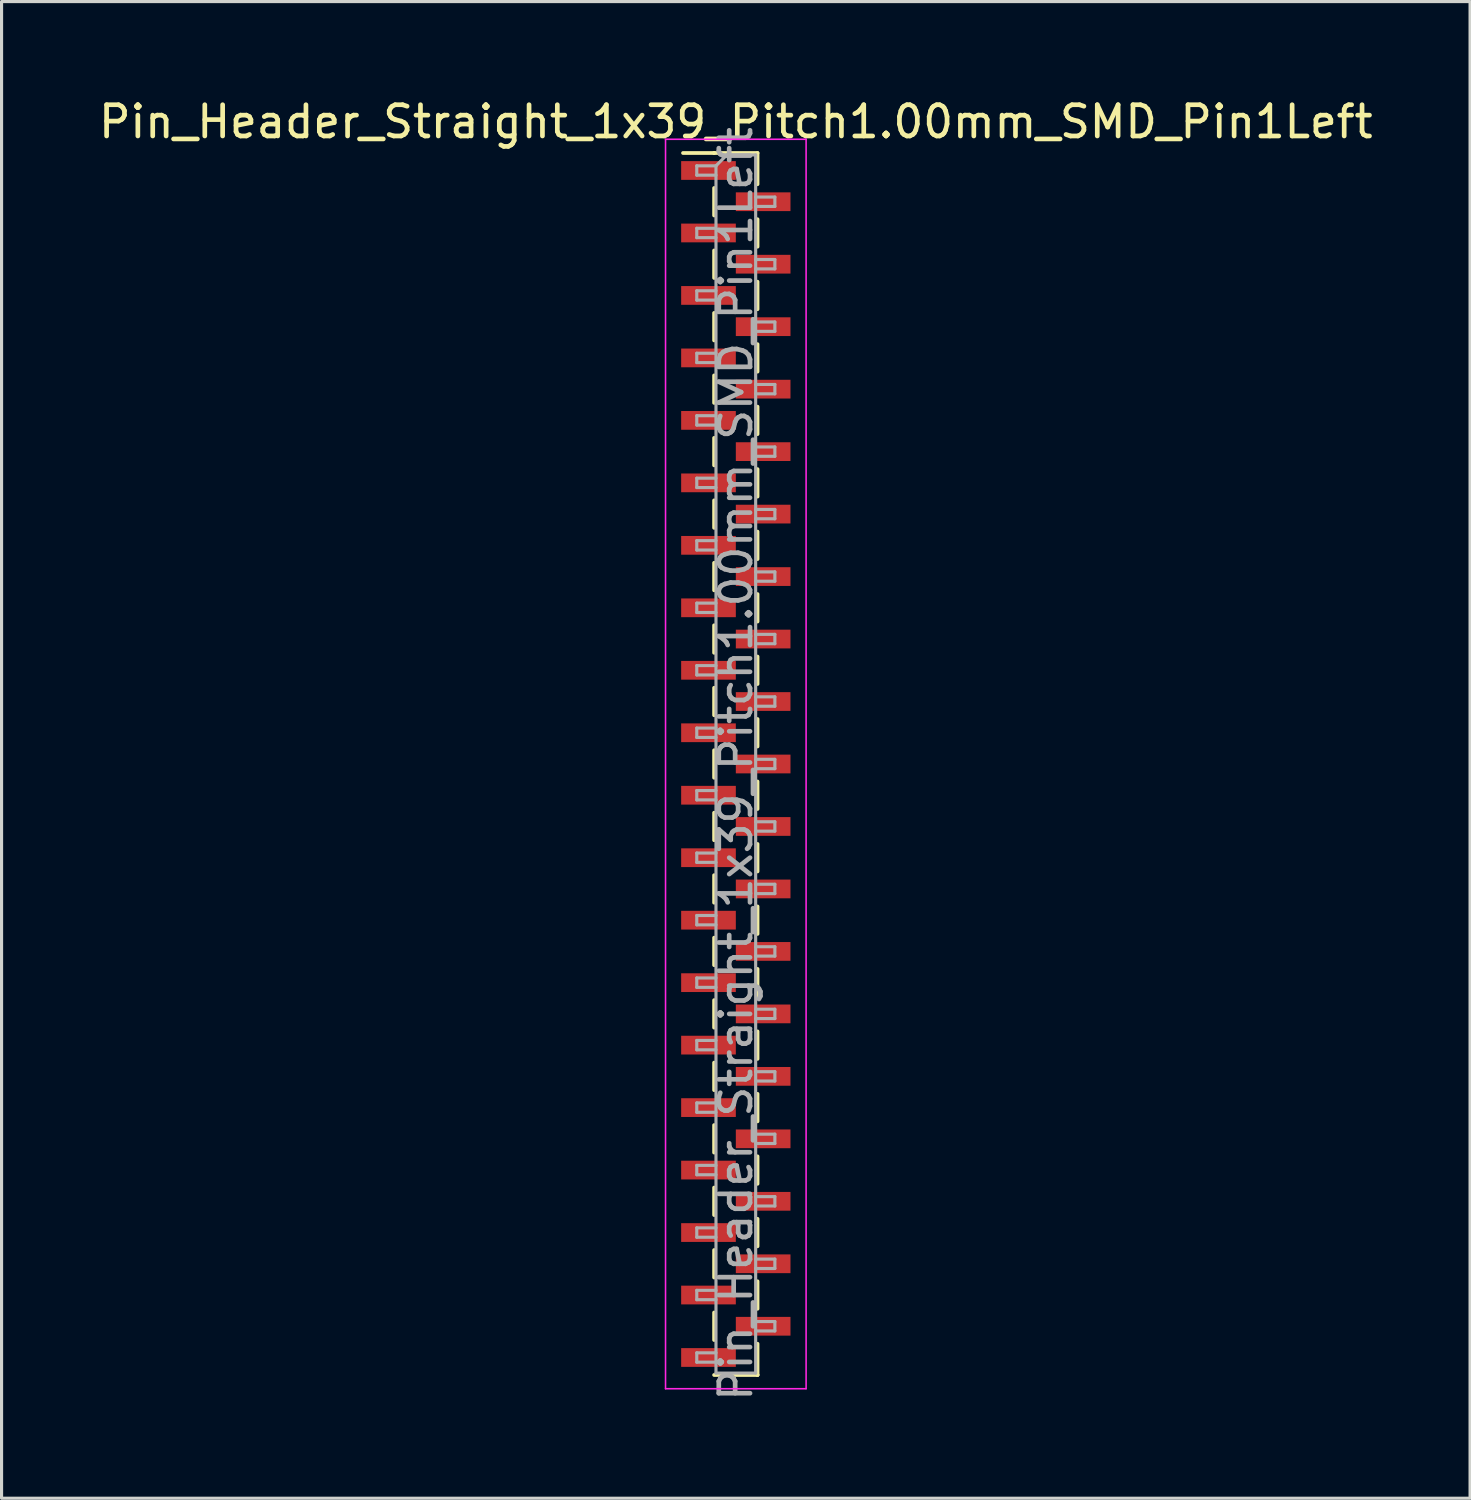
<source format=kicad_pcb>
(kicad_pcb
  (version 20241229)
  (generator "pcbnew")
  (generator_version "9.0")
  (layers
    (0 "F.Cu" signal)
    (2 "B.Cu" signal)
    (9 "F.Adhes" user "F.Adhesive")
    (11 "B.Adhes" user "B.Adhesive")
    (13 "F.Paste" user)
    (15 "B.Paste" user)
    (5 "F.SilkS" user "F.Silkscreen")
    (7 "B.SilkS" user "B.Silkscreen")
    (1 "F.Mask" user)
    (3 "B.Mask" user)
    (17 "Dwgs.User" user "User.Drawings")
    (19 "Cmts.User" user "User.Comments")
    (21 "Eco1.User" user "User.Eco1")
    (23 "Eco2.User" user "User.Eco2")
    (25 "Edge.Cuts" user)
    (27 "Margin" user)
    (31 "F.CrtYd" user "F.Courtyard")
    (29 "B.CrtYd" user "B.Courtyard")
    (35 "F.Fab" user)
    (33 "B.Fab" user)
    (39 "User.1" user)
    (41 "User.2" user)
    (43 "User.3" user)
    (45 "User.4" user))
  (footprint "Pin_Header_Straight_1x39_Pitch1.00mm_SMD_Pin1Left"
    (layer "F.Cu")
    (at 20.506 21.408)
    (property "Reference" "Pin_Header_Straight_1x39_Pitch1.00mm_SMD_Pin1Left" (at 0 -20.56 0) (layer "F.SilkS") (effects (font (size 1 1) (thickness 0.15))))
    (attr smd)
    (fp_line (start -0.695 -19.56) (end -1.69 -19.56) (stroke (width 0.12) (type solid)) (layer "F.SilkS"))
    (fp_line (start -0.695 -19.56) (end -0.695 -19.56) (stroke (width 0.12) (type solid)) (layer "F.SilkS"))
    (fp_line (start -0.695 -19.56) (end 0.695 -19.56) (stroke (width 0.12) (type solid)) (layer "F.SilkS"))
    (fp_line (start -0.695 -18.44) (end -0.695 -17.56) (stroke (width 0.12) (type solid)) (layer "F.SilkS"))
    (fp_line (start -0.695 -16.44) (end -0.695 -15.56) (stroke (width 0.12) (type solid)) (layer "F.SilkS"))
    (fp_line (start -0.695 -14.44) (end -0.695 -13.56) (stroke (width 0.12) (type solid)) (layer "F.SilkS"))
    (fp_line (start -0.695 -12.44) (end -0.695 -11.56) (stroke (width 0.12) (type solid)) (layer "F.SilkS"))
    (fp_line (start -0.695 -10.44) (end -0.695 -9.56) (stroke (width 0.12) (type solid)) (layer "F.SilkS"))
    (fp_line (start -0.695 -8.44) (end -0.695 -7.56) (stroke (width 0.12) (type solid)) (layer "F.SilkS"))
    (fp_line (start -0.695 -6.44) (end -0.695 -5.56) (stroke (width 0.12) (type solid)) (layer "F.SilkS"))
    (fp_line (start -0.695 -4.44) (end -0.695 -3.56) (stroke (width 0.12) (type solid)) (layer "F.SilkS"))
    (fp_line (start -0.695 -2.44) (end -0.695 -1.56) (stroke (width 0.12) (type solid)) (layer "F.SilkS"))
    (fp_line (start -0.695 -0.44) (end -0.695 0.44) (stroke (width 0.12) (type solid)) (layer "F.SilkS"))
    (fp_line (start -0.695 1.56) (end -0.695 2.44) (stroke (width 0.12) (type solid)) (layer "F.SilkS"))
    (fp_line (start -0.695 3.56) (end -0.695 4.44) (stroke (width 0.12) (type solid)) (layer "F.SilkS"))
    (fp_line (start -0.695 5.56) (end -0.695 6.44) (stroke (width 0.12) (type solid)) (layer "F.SilkS"))
    (fp_line (start -0.695 7.56) (end -0.695 8.44) (stroke (width 0.12) (type solid)) (layer "F.SilkS"))
    (fp_line (start -0.695 9.56) (end -0.695 10.44) (stroke (width 0.12) (type solid)) (layer "F.SilkS"))
    (fp_line (start -0.695 11.56) (end -0.695 12.44) (stroke (width 0.12) (type solid)) (layer "F.SilkS"))
    (fp_line (start -0.695 13.56) (end -0.695 14.44) (stroke (width 0.12) (type solid)) (layer "F.SilkS"))
    (fp_line (start -0.695 15.56) (end -0.695 16.44) (stroke (width 0.12) (type solid)) (layer "F.SilkS"))
    (fp_line (start -0.695 17.56) (end -0.695 18.44) (stroke (width 0.12) (type solid)) (layer "F.SilkS"))
    (fp_line (start -0.695 19.56) (end 0.695 19.56) (stroke (width 0.12) (type solid)) (layer "F.SilkS"))
    (fp_line (start 0.695 -19.56) (end 0.695 -18.56) (stroke (width 0.12) (type solid)) (layer "F.SilkS"))
    (fp_line (start 0.695 -17.44) (end 0.695 -16.56) (stroke (width 0.12) (type solid)) (layer "F.SilkS"))
    (fp_line (start 0.695 -15.44) (end 0.695 -14.56) (stroke (width 0.12) (type solid)) (layer "F.SilkS"))
    (fp_line (start 0.695 -13.44) (end 0.695 -12.56) (stroke (width 0.12) (type solid)) (layer "F.SilkS"))
    (fp_line (start 0.695 -11.44) (end 0.695 -10.56) (stroke (width 0.12) (type solid)) (layer "F.SilkS"))
    (fp_line (start 0.695 -9.44) (end 0.695 -8.56) (stroke (width 0.12) (type solid)) (layer "F.SilkS"))
    (fp_line (start 0.695 -7.44) (end 0.695 -6.56) (stroke (width 0.12) (type solid)) (layer "F.SilkS"))
    (fp_line (start 0.695 -5.44) (end 0.695 -4.56) (stroke (width 0.12) (type solid)) (layer "F.SilkS"))
    (fp_line (start 0.695 -3.44) (end 0.695 -2.56) (stroke (width 0.12) (type solid)) (layer "F.SilkS"))
    (fp_line (start 0.695 -1.44) (end 0.695 -0.56) (stroke (width 0.12) (type solid)) (layer "F.SilkS"))
    (fp_line (start 0.695 0.56) (end 0.695 1.44) (stroke (width 0.12) (type solid)) (layer "F.SilkS"))
    (fp_line (start 0.695 2.56) (end 0.695 3.44) (stroke (width 0.12) (type solid)) (layer "F.SilkS"))
    (fp_line (start 0.695 4.56) (end 0.695 5.44) (stroke (width 0.12) (type solid)) (layer "F.SilkS"))
    (fp_line (start 0.695 6.56) (end 0.695 7.44) (stroke (width 0.12) (type solid)) (layer "F.SilkS"))
    (fp_line (start 0.695 8.56) (end 0.695 9.44) (stroke (width 0.12) (type solid)) (layer "F.SilkS"))
    (fp_line (start 0.695 10.56) (end 0.695 11.44) (stroke (width 0.12) (type solid)) (layer "F.SilkS"))
    (fp_line (start 0.695 12.56) (end 0.695 13.44) (stroke (width 0.12) (type solid)) (layer "F.SilkS"))
    (fp_line (start 0.695 14.56) (end 0.695 15.44) (stroke (width 0.12) (type solid)) (layer "F.SilkS"))
    (fp_line (start 0.695 16.56) (end 0.695 17.44) (stroke (width 0.12) (type solid)) (layer "F.SilkS"))
    (fp_line (start 0.695 18.56) (end 0.695 19.56) (stroke (width 0.12) (type solid)) (layer "F.SilkS"))
    (fp_line (start 0.695 19.56) (end 0.695 19.56) (stroke (width 0.12) (type solid)) (layer "F.SilkS"))
    (fp_line (start -2.25 -20) (end -2.25 20) (stroke (width 0.05) (type solid)) (layer "F.CrtYd"))
    (fp_line (start -2.25 20) (end 2.25 20) (stroke (width 0.05) (type solid)) (layer "F.CrtYd"))
    (fp_line (start 2.25 -20) (end -2.25 -20) (stroke (width 0.05) (type solid)) (layer "F.CrtYd"))
    (fp_line (start 2.25 20) (end 2.25 -20) (stroke (width 0.05) (type solid)) (layer "F.CrtYd"))
    (fp_line (start -1.25 -19.15) (end -1.25 -18.85) (stroke (width 0.1) (type solid)) (layer "F.Fab"))
    (fp_line (start -1.25 -18.85) (end -0.635 -18.85) (stroke (width 0.1) (type solid)) (layer "F.Fab"))
    (fp_line (start -1.25 -17.15) (end -1.25 -16.85) (stroke (width 0.1) (type solid)) (layer "F.Fab"))
    (fp_line (start -1.25 -16.85) (end -0.635 -16.85) (stroke (width 0.1) (type solid)) (layer "F.Fab"))
    (fp_line (start -1.25 -15.15) (end -1.25 -14.85) (stroke (width 0.1) (type solid)) (layer "F.Fab"))
    (fp_line (start -1.25 -14.85) (end -0.635 -14.85) (stroke (width 0.1) (type solid)) (layer "F.Fab"))
    (fp_line (start -1.25 -13.15) (end -1.25 -12.85) (stroke (width 0.1) (type solid)) (layer "F.Fab"))
    (fp_line (start -1.25 -12.85) (end -0.635 -12.85) (stroke (width 0.1) (type solid)) (layer "F.Fab"))
    (fp_line (start -1.25 -11.15) (end -1.25 -10.85) (stroke (width 0.1) (type solid)) (layer "F.Fab"))
    (fp_line (start -1.25 -10.85) (end -0.635 -10.85) (stroke (width 0.1) (type solid)) (layer "F.Fab"))
    (fp_line (start -1.25 -9.15) (end -1.25 -8.85) (stroke (width 0.1) (type solid)) (layer "F.Fab"))
    (fp_line (start -1.25 -8.85) (end -0.635 -8.85) (stroke (width 0.1) (type solid)) (layer "F.Fab"))
    (fp_line (start -1.25 -7.15) (end -1.25 -6.85) (stroke (width 0.1) (type solid)) (layer "F.Fab"))
    (fp_line (start -1.25 -6.85) (end -0.635 -6.85) (stroke (width 0.1) (type solid)) (layer "F.Fab"))
    (fp_line (start -1.25 -5.15) (end -1.25 -4.85) (stroke (width 0.1) (type solid)) (layer "F.Fab"))
    (fp_line (start -1.25 -4.85) (end -0.635 -4.85) (stroke (width 0.1) (type solid)) (layer "F.Fab"))
    (fp_line (start -1.25 -3.15) (end -1.25 -2.85) (stroke (width 0.1) (type solid)) (layer "F.Fab"))
    (fp_line (start -1.25 -2.85) (end -0.635 -2.85) (stroke (width 0.1) (type solid)) (layer "F.Fab"))
    (fp_line (start -1.25 -1.15) (end -1.25 -0.85) (stroke (width 0.1) (type solid)) (layer "F.Fab"))
    (fp_line (start -1.25 -0.85) (end -0.635 -0.85) (stroke (width 0.1) (type solid)) (layer "F.Fab"))
    (fp_line (start -1.25 0.85) (end -1.25 1.15) (stroke (width 0.1) (type solid)) (layer "F.Fab"))
    (fp_line (start -1.25 1.15) (end -0.635 1.15) (stroke (width 0.1) (type solid)) (layer "F.Fab"))
    (fp_line (start -1.25 2.85) (end -1.25 3.15) (stroke (width 0.1) (type solid)) (layer "F.Fab"))
    (fp_line (start -1.25 3.15) (end -0.635 3.15) (stroke (width 0.1) (type solid)) (layer "F.Fab"))
    (fp_line (start -1.25 4.85) (end -1.25 5.15) (stroke (width 0.1) (type solid)) (layer "F.Fab"))
    (fp_line (start -1.25 5.15) (end -0.635 5.15) (stroke (width 0.1) (type solid)) (layer "F.Fab"))
    (fp_line (start -1.25 6.85) (end -1.25 7.15) (stroke (width 0.1) (type solid)) (layer "F.Fab"))
    (fp_line (start -1.25 7.15) (end -0.635 7.15) (stroke (width 0.1) (type solid)) (layer "F.Fab"))
    (fp_line (start -1.25 8.85) (end -1.25 9.15) (stroke (width 0.1) (type solid)) (layer "F.Fab"))
    (fp_line (start -1.25 9.15) (end -0.635 9.15) (stroke (width 0.1) (type solid)) (layer "F.Fab"))
    (fp_line (start -1.25 10.85) (end -1.25 11.15) (stroke (width 0.1) (type solid)) (layer "F.Fab"))
    (fp_line (start -1.25 11.15) (end -0.635 11.15) (stroke (width 0.1) (type solid)) (layer "F.Fab"))
    (fp_line (start -1.25 12.85) (end -1.25 13.15) (stroke (width 0.1) (type solid)) (layer "F.Fab"))
    (fp_line (start -1.25 13.15) (end -0.635 13.15) (stroke (width 0.1) (type solid)) (layer "F.Fab"))
    (fp_line (start -1.25 14.85) (end -1.25 15.15) (stroke (width 0.1) (type solid)) (layer "F.Fab"))
    (fp_line (start -1.25 15.15) (end -0.635 15.15) (stroke (width 0.1) (type solid)) (layer "F.Fab"))
    (fp_line (start -1.25 16.85) (end -1.25 17.15) (stroke (width 0.1) (type solid)) (layer "F.Fab"))
    (fp_line (start -1.25 17.15) (end -0.635 17.15) (stroke (width 0.1) (type solid)) (layer "F.Fab"))
    (fp_line (start -1.25 18.85) (end -1.25 19.15) (stroke (width 0.1) (type solid)) (layer "F.Fab"))
    (fp_line (start -1.25 19.15) (end -0.635 19.15) (stroke (width 0.1) (type solid)) (layer "F.Fab"))
    (fp_line (start -0.635 -19.15) (end -1.25 -19.15) (stroke (width 0.1) (type solid)) (layer "F.Fab"))
    (fp_line (start -0.635 -19.15) (end -0.285 -19.5) (stroke (width 0.1) (type solid)) (layer "F.Fab"))
    (fp_line (start -0.635 -17.15) (end -1.25 -17.15) (stroke (width 0.1) (type solid)) (layer "F.Fab"))
    (fp_line (start -0.635 -15.15) (end -1.25 -15.15) (stroke (width 0.1) (type solid)) (layer "F.Fab"))
    (fp_line (start -0.635 -13.15) (end -1.25 -13.15) (stroke (width 0.1) (type solid)) (layer "F.Fab"))
    (fp_line (start -0.635 -11.15) (end -1.25 -11.15) (stroke (width 0.1) (type solid)) (layer "F.Fab"))
    (fp_line (start -0.635 -9.15) (end -1.25 -9.15) (stroke (width 0.1) (type solid)) (layer "F.Fab"))
    (fp_line (start -0.635 -7.15) (end -1.25 -7.15) (stroke (width 0.1) (type solid)) (layer "F.Fab"))
    (fp_line (start -0.635 -5.15) (end -1.25 -5.15) (stroke (width 0.1) (type solid)) (layer "F.Fab"))
    (fp_line (start -0.635 -3.15) (end -1.25 -3.15) (stroke (width 0.1) (type solid)) (layer "F.Fab"))
    (fp_line (start -0.635 -1.15) (end -1.25 -1.15) (stroke (width 0.1) (type solid)) (layer "F.Fab"))
    (fp_line (start -0.635 0.85) (end -1.25 0.85) (stroke (width 0.1) (type solid)) (layer "F.Fab"))
    (fp_line (start -0.635 2.85) (end -1.25 2.85) (stroke (width 0.1) (type solid)) (layer "F.Fab"))
    (fp_line (start -0.635 4.85) (end -1.25 4.85) (stroke (width 0.1) (type solid)) (layer "F.Fab"))
    (fp_line (start -0.635 6.85) (end -1.25 6.85) (stroke (width 0.1) (type solid)) (layer "F.Fab"))
    (fp_line (start -0.635 8.85) (end -1.25 8.85) (stroke (width 0.1) (type solid)) (layer "F.Fab"))
    (fp_line (start -0.635 10.85) (end -1.25 10.85) (stroke (width 0.1) (type solid)) (layer "F.Fab"))
    (fp_line (start -0.635 12.85) (end -1.25 12.85) (stroke (width 0.1) (type solid)) (layer "F.Fab"))
    (fp_line (start -0.635 14.85) (end -1.25 14.85) (stroke (width 0.1) (type solid)) (layer "F.Fab"))
    (fp_line (start -0.635 16.85) (end -1.25 16.85) (stroke (width 0.1) (type solid)) (layer "F.Fab"))
    (fp_line (start -0.635 18.85) (end -1.25 18.85) (stroke (width 0.1) (type solid)) (layer "F.Fab"))
    (fp_line (start -0.635 19.5) (end -0.635 -19.15) (stroke (width 0.1) (type solid)) (layer "F.Fab"))
    (fp_line (start -0.285 -19.5) (end 0.635 -19.5) (stroke (width 0.1) (type solid)) (layer "F.Fab"))
    (fp_line (start 0.635 -19.5) (end 0.635 19.5) (stroke (width 0.1) (type solid)) (layer "F.Fab"))
    (fp_line (start 0.635 -18.15) (end 1.25 -18.15) (stroke (width 0.1) (type solid)) (layer "F.Fab"))
    (fp_line (start 0.635 -16.15) (end 1.25 -16.15) (stroke (width 0.1) (type solid)) (layer "F.Fab"))
    (fp_line (start 0.635 -14.15) (end 1.25 -14.15) (stroke (width 0.1) (type solid)) (layer "F.Fab"))
    (fp_line (start 0.635 -12.15) (end 1.25 -12.15) (stroke (width 0.1) (type solid)) (layer "F.Fab"))
    (fp_line (start 0.635 -10.15) (end 1.25 -10.15) (stroke (width 0.1) (type solid)) (layer "F.Fab"))
    (fp_line (start 0.635 -8.15) (end 1.25 -8.15) (stroke (width 0.1) (type solid)) (layer "F.Fab"))
    (fp_line (start 0.635 -6.15) (end 1.25 -6.15) (stroke (width 0.1) (type solid)) (layer "F.Fab"))
    (fp_line (start 0.635 -4.15) (end 1.25 -4.15) (stroke (width 0.1) (type solid)) (layer "F.Fab"))
    (fp_line (start 0.635 -2.15) (end 1.25 -2.15) (stroke (width 0.1) (type solid)) (layer "F.Fab"))
    (fp_line (start 0.635 -0.15) (end 1.25 -0.15) (stroke (width 0.1) (type solid)) (layer "F.Fab"))
    (fp_line (start 0.635 1.85) (end 1.25 1.85) (stroke (width 0.1) (type solid)) (layer "F.Fab"))
    (fp_line (start 0.635 3.85) (end 1.25 3.85) (stroke (width 0.1) (type solid)) (layer "F.Fab"))
    (fp_line (start 0.635 5.85) (end 1.25 5.85) (stroke (width 0.1) (type solid)) (layer "F.Fab"))
    (fp_line (start 0.635 7.85) (end 1.25 7.85) (stroke (width 0.1) (type solid)) (layer "F.Fab"))
    (fp_line (start 0.635 9.85) (end 1.25 9.85) (stroke (width 0.1) (type solid)) (layer "F.Fab"))
    (fp_line (start 0.635 11.85) (end 1.25 11.85) (stroke (width 0.1) (type solid)) (layer "F.Fab"))
    (fp_line (start 0.635 13.85) (end 1.25 13.85) (stroke (width 0.1) (type solid)) (layer "F.Fab"))
    (fp_line (start 0.635 15.85) (end 1.25 15.85) (stroke (width 0.1) (type solid)) (layer "F.Fab"))
    (fp_line (start 0.635 17.85) (end 1.25 17.85) (stroke (width 0.1) (type solid)) (layer "F.Fab"))
    (fp_line (start 0.635 19.5) (end -0.635 19.5) (stroke (width 0.1) (type solid)) (layer "F.Fab"))
    (fp_line (start 1.25 -18.15) (end 1.25 -17.85) (stroke (width 0.1) (type solid)) (layer "F.Fab"))
    (fp_line (start 1.25 -17.85) (end 0.635 -17.85) (stroke (width 0.1) (type solid)) (layer "F.Fab"))
    (fp_line (start 1.25 -16.15) (end 1.25 -15.85) (stroke (width 0.1) (type solid)) (layer "F.Fab"))
    (fp_line (start 1.25 -15.85) (end 0.635 -15.85) (stroke (width 0.1) (type solid)) (layer "F.Fab"))
    (fp_line (start 1.25 -14.15) (end 1.25 -13.85) (stroke (width 0.1) (type solid)) (layer "F.Fab"))
    (fp_line (start 1.25 -13.85) (end 0.635 -13.85) (stroke (width 0.1) (type solid)) (layer "F.Fab"))
    (fp_line (start 1.25 -12.15) (end 1.25 -11.85) (stroke (width 0.1) (type solid)) (layer "F.Fab"))
    (fp_line (start 1.25 -11.85) (end 0.635 -11.85) (stroke (width 0.1) (type solid)) (layer "F.Fab"))
    (fp_line (start 1.25 -10.15) (end 1.25 -9.85) (stroke (width 0.1) (type solid)) (layer "F.Fab"))
    (fp_line (start 1.25 -9.85) (end 0.635 -9.85) (stroke (width 0.1) (type solid)) (layer "F.Fab"))
    (fp_line (start 1.25 -8.15) (end 1.25 -7.85) (stroke (width 0.1) (type solid)) (layer "F.Fab"))
    (fp_line (start 1.25 -7.85) (end 0.635 -7.85) (stroke (width 0.1) (type solid)) (layer "F.Fab"))
    (fp_line (start 1.25 -6.15) (end 1.25 -5.85) (stroke (width 0.1) (type solid)) (layer "F.Fab"))
    (fp_line (start 1.25 -5.85) (end 0.635 -5.85) (stroke (width 0.1) (type solid)) (layer "F.Fab"))
    (fp_line (start 1.25 -4.15) (end 1.25 -3.85) (stroke (width 0.1) (type solid)) (layer "F.Fab"))
    (fp_line (start 1.25 -3.85) (end 0.635 -3.85) (stroke (width 0.1) (type solid)) (layer "F.Fab"))
    (fp_line (start 1.25 -2.15) (end 1.25 -1.85) (stroke (width 0.1) (type solid)) (layer "F.Fab"))
    (fp_line (start 1.25 -1.85) (end 0.635 -1.85) (stroke (width 0.1) (type solid)) (layer "F.Fab"))
    (fp_line (start 1.25 -0.15) (end 1.25 0.15) (stroke (width 0.1) (type solid)) (layer "F.Fab"))
    (fp_line (start 1.25 0.15) (end 0.635 0.15) (stroke (width 0.1) (type solid)) (layer "F.Fab"))
    (fp_line (start 1.25 1.85) (end 1.25 2.15) (stroke (width 0.1) (type solid)) (layer "F.Fab"))
    (fp_line (start 1.25 2.15) (end 0.635 2.15) (stroke (width 0.1) (type solid)) (layer "F.Fab"))
    (fp_line (start 1.25 3.85) (end 1.25 4.15) (stroke (width 0.1) (type solid)) (layer "F.Fab"))
    (fp_line (start 1.25 4.15) (end 0.635 4.15) (stroke (width 0.1) (type solid)) (layer "F.Fab"))
    (fp_line (start 1.25 5.85) (end 1.25 6.15) (stroke (width 0.1) (type solid)) (layer "F.Fab"))
    (fp_line (start 1.25 6.15) (end 0.635 6.15) (stroke (width 0.1) (type solid)) (layer "F.Fab"))
    (fp_line (start 1.25 7.85) (end 1.25 8.15) (stroke (width 0.1) (type solid)) (layer "F.Fab"))
    (fp_line (start 1.25 8.15) (end 0.635 8.15) (stroke (width 0.1) (type solid)) (layer "F.Fab"))
    (fp_line (start 1.25 9.85) (end 1.25 10.15) (stroke (width 0.1) (type solid)) (layer "F.Fab"))
    (fp_line (start 1.25 10.15) (end 0.635 10.15) (stroke (width 0.1) (type solid)) (layer "F.Fab"))
    (fp_line (start 1.25 11.85) (end 1.25 12.15) (stroke (width 0.1) (type solid)) (layer "F.Fab"))
    (fp_line (start 1.25 12.15) (end 0.635 12.15) (stroke (width 0.1) (type solid)) (layer "F.Fab"))
    (fp_line (start 1.25 13.85) (end 1.25 14.15) (stroke (width 0.1) (type solid)) (layer "F.Fab"))
    (fp_line (start 1.25 14.15) (end 0.635 14.15) (stroke (width 0.1) (type solid)) (layer "F.Fab"))
    (fp_line (start 1.25 15.85) (end 1.25 16.15) (stroke (width 0.1) (type solid)) (layer "F.Fab"))
    (fp_line (start 1.25 16.15) (end 0.635 16.15) (stroke (width 0.1) (type solid)) (layer "F.Fab"))
    (fp_line (start 1.25 17.85) (end 1.25 18.15) (stroke (width 0.1) (type solid)) (layer "F.Fab"))
    (fp_line (start 1.25 18.15) (end 0.635 18.15) (stroke (width 0.1) (type solid)) (layer "F.Fab"))
    (fp_text user "${REFERENCE}" (at 0 0 90) (layer "F.Fab") (effects (font (size 1 1) (thickness 0.15))))
    (pad "1" smd rect (at -0.875 -19) (size 1.75 0.6) (layers "F.Cu" "F.Mask" "F.Paste"))
    (pad "2" smd rect (at 0.875 -18) (size 1.75 0.6) (layers "F.Cu" "F.Mask" "F.Paste"))
    (pad "3" smd rect (at -0.875 -17) (size 1.75 0.6) (layers "F.Cu" "F.Mask" "F.Paste"))
    (pad "4" smd rect (at 0.875 -16) (size 1.75 0.6) (layers "F.Cu" "F.Mask" "F.Paste"))
    (pad "5" smd rect (at -0.875 -15) (size 1.75 0.6) (layers "F.Cu" "F.Mask" "F.Paste"))
    (pad "6" smd rect (at 0.875 -14) (size 1.75 0.6) (layers "F.Cu" "F.Mask" "F.Paste"))
    (pad "7" smd rect (at -0.875 -13) (size 1.75 0.6) (layers "F.Cu" "F.Mask" "F.Paste"))
    (pad "8" smd rect (at 0.875 -12) (size 1.75 0.6) (layers "F.Cu" "F.Mask" "F.Paste"))
    (pad "9" smd rect (at -0.875 -11) (size 1.75 0.6) (layers "F.Cu" "F.Mask" "F.Paste"))
    (pad "10" smd rect (at 0.875 -10) (size 1.75 0.6) (layers "F.Cu" "F.Mask" "F.Paste"))
    (pad "11" smd rect (at -0.875 -9) (size 1.75 0.6) (layers "F.Cu" "F.Mask" "F.Paste"))
    (pad "12" smd rect (at 0.875 -8) (size 1.75 0.6) (layers "F.Cu" "F.Mask" "F.Paste"))
    (pad "13" smd rect (at -0.875 -7) (size 1.75 0.6) (layers "F.Cu" "F.Mask" "F.Paste"))
    (pad "14" smd rect (at 0.875 -6) (size 1.75 0.6) (layers "F.Cu" "F.Mask" "F.Paste"))
    (pad "15" smd rect (at -0.875 -5) (size 1.75 0.6) (layers "F.Cu" "F.Mask" "F.Paste"))
    (pad "16" smd rect (at 0.875 -4) (size 1.75 0.6) (layers "F.Cu" "F.Mask" "F.Paste"))
    (pad "17" smd rect (at -0.875 -3) (size 1.75 0.6) (layers "F.Cu" "F.Mask" "F.Paste"))
    (pad "18" smd rect (at 0.875 -2) (size 1.75 0.6) (layers "F.Cu" "F.Mask" "F.Paste"))
    (pad "19" smd rect (at -0.875 -1) (size 1.75 0.6) (layers "F.Cu" "F.Mask" "F.Paste"))
    (pad "20" smd rect (at 0.875 0) (size 1.75 0.6) (layers "F.Cu" "F.Mask" "F.Paste"))
    (pad "21" smd rect (at -0.875 1) (size 1.75 0.6) (layers "F.Cu" "F.Mask" "F.Paste"))
    (pad "22" smd rect (at 0.875 2) (size 1.75 0.6) (layers "F.Cu" "F.Mask" "F.Paste"))
    (pad "23" smd rect (at -0.875 3) (size 1.75 0.6) (layers "F.Cu" "F.Mask" "F.Paste"))
    (pad "24" smd rect (at 0.875 4) (size 1.75 0.6) (layers "F.Cu" "F.Mask" "F.Paste"))
    (pad "25" smd rect (at -0.875 5) (size 1.75 0.6) (layers "F.Cu" "F.Mask" "F.Paste"))
    (pad "26" smd rect (at 0.875 6) (size 1.75 0.6) (layers "F.Cu" "F.Mask" "F.Paste"))
    (pad "27" smd rect (at -0.875 7) (size 1.75 0.6) (layers "F.Cu" "F.Mask" "F.Paste"))
    (pad "28" smd rect (at 0.875 8) (size 1.75 0.6) (layers "F.Cu" "F.Mask" "F.Paste"))
    (pad "29" smd rect (at -0.875 9) (size 1.75 0.6) (layers "F.Cu" "F.Mask" "F.Paste"))
    (pad "30" smd rect (at 0.875 10) (size 1.75 0.6) (layers "F.Cu" "F.Mask" "F.Paste"))
    (pad "31" smd rect (at -0.875 11) (size 1.75 0.6) (layers "F.Cu" "F.Mask" "F.Paste"))
    (pad "32" smd rect (at 0.875 12) (size 1.75 0.6) (layers "F.Cu" "F.Mask" "F.Paste"))
    (pad "33" smd rect (at -0.875 13) (size 1.75 0.6) (layers "F.Cu" "F.Mask" "F.Paste"))
    (pad "34" smd rect (at 0.875 14) (size 1.75 0.6) (layers "F.Cu" "F.Mask" "F.Paste"))
    (pad "35" smd rect (at -0.875 15) (size 1.75 0.6) (layers "F.Cu" "F.Mask" "F.Paste"))
    (pad "36" smd rect (at 0.875 16) (size 1.75 0.6) (layers "F.Cu" "F.Mask" "F.Paste"))
    (pad "37" smd rect (at -0.875 17) (size 1.75 0.6) (layers "F.Cu" "F.Mask" "F.Paste"))
    (pad "38" smd rect (at 0.875 18) (size 1.75 0.6) (layers "F.Cu" "F.Mask" "F.Paste"))
    (pad "39" smd rect (at -0.875 19) (size 1.75 0.6) (layers "F.Cu" "F.Mask" "F.Paste")))
  (gr_rect
    (start -3 -3)
    (end 44.012 44.914)
    (stroke (width 0.1) (type default))
    (fill no)
    (layer "Edge.Cuts")))
</source>
